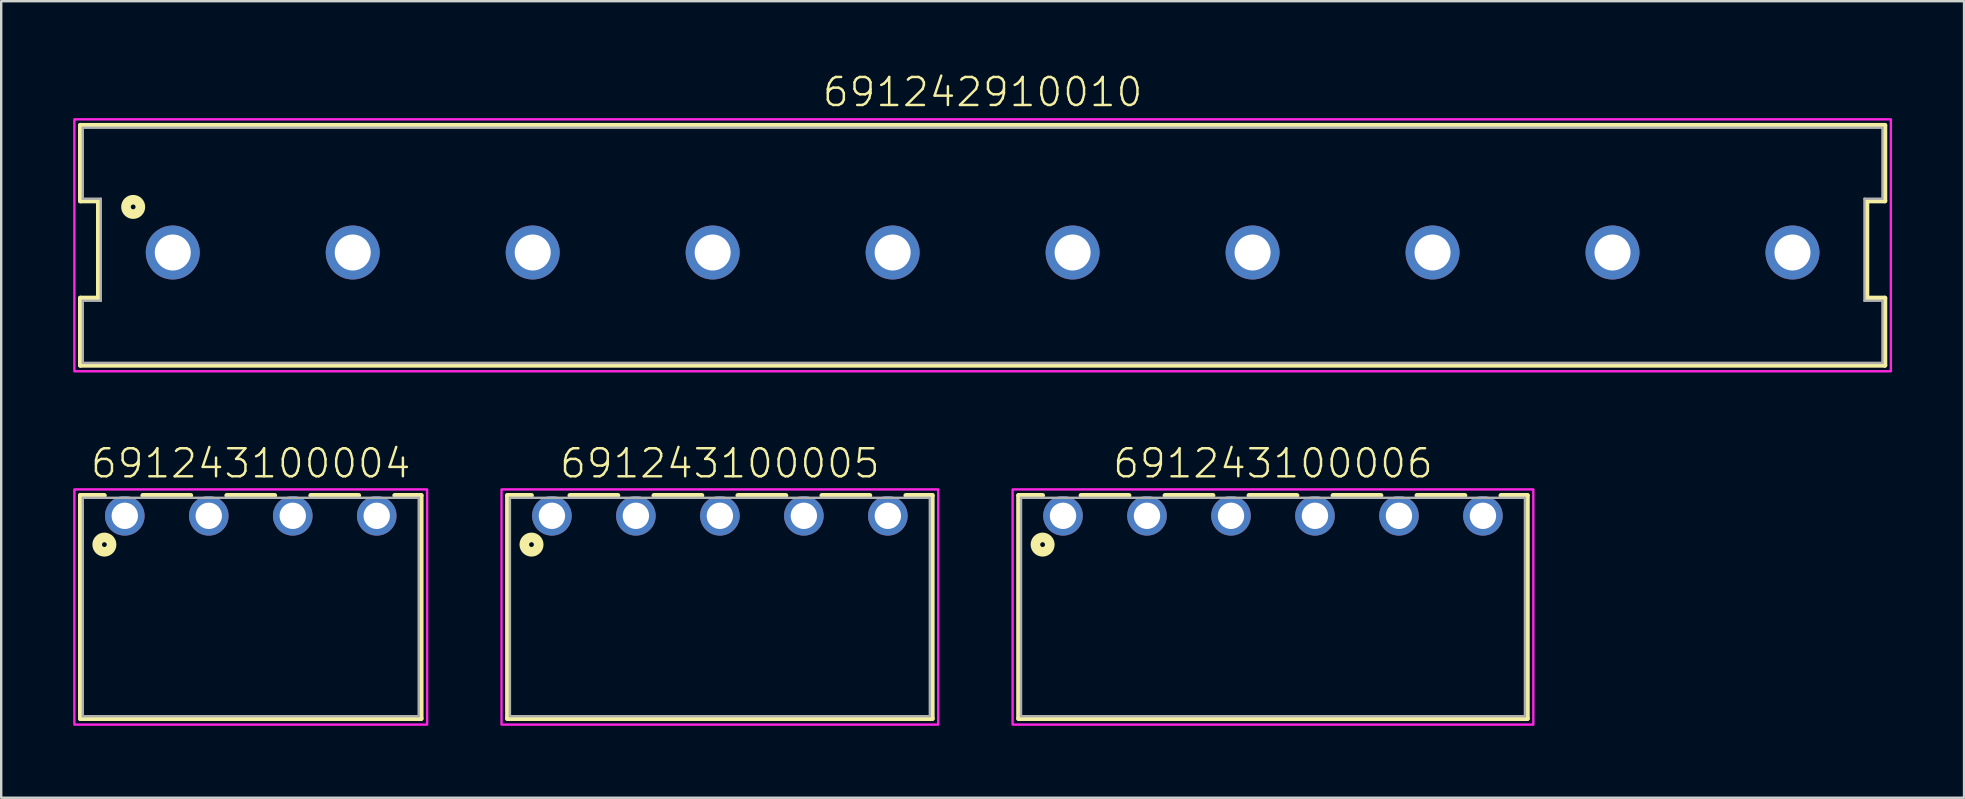
<source format=kicad_pcb>
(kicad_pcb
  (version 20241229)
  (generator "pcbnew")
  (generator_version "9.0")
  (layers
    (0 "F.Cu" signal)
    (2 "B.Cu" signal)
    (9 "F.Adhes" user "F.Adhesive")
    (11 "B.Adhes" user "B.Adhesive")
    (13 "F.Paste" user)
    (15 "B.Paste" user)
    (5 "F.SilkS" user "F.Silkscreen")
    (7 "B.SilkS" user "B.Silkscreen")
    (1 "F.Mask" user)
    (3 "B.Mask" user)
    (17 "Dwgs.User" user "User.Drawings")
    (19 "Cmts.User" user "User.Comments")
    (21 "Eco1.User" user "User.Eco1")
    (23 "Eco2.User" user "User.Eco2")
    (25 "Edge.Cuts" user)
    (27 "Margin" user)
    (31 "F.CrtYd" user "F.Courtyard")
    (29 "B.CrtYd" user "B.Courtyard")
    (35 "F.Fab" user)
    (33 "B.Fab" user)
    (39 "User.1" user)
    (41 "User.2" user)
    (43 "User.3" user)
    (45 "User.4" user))
  (footprint "691242910010"
    (layer "F.Cu")
    (at 37.9 7.473)
    (property "Reference" "691242910010" (at 0 -6 0) (unlocked yes) (layer "F.SilkS") (effects (font (size 1.168 1.168) (thickness 0.102)) (justify bottom)))
    (fp_line (start -37.6 -5.3) (end 37.6 -5.3) (stroke (width 0.2) (type solid)) (layer "F.SilkS"))
    (fp_line (start -37.6 -2.15) (end -37.6 -5.3) (stroke (width 0.2) (type solid)) (layer "F.SilkS"))
    (fp_line (start -37.6 1.9) (end -36.85 1.9) (stroke (width 0.2) (type solid)) (layer "F.SilkS"))
    (fp_line (start -37.6 4.7) (end -37.6 1.9) (stroke (width 0.2) (type solid)) (layer "F.SilkS"))
    (fp_line (start -36.85 -2.15) (end -37.6 -2.15) (stroke (width 0.2) (type solid)) (layer "F.SilkS"))
    (fp_line (start -36.85 1.9) (end -36.85 -2.15) (stroke (width 0.2) (type solid)) (layer "F.SilkS"))
    (fp_line (start 36.85 -2.15) (end 36.85 1.9) (stroke (width 0.2) (type solid)) (layer "F.SilkS"))
    (fp_line (start 36.85 1.9) (end 37.6 1.9) (stroke (width 0.2) (type solid)) (layer "F.SilkS"))
    (fp_line (start 37.6 -5.3) (end 37.6 -2.15) (stroke (width 0.2) (type solid)) (layer "F.SilkS"))
    (fp_line (start 37.6 -2.15) (end 36.85 -2.15) (stroke (width 0.2) (type solid)) (layer "F.SilkS"))
    (fp_line (start 37.6 1.9) (end 37.6 4.7) (stroke (width 0.2) (type solid)) (layer "F.SilkS"))
    (fp_line (start 37.6 4.7) (end -37.6 4.7) (stroke (width 0.2) (type solid)) (layer "F.SilkS"))
    (fp_circle (center -35.4 -1.9) (end -35.3 -1.9) (stroke (width 0.4) (type solid)) (fill no) (layer "F.SilkS"))
    (fp_poly (pts (xy 37.85 4.95) (xy -37.85 4.95) (xy -37.85 -5.55) (xy 37.85 -5.55)) (stroke (width 0.1) (type default)) (fill no) (layer "F.CrtYd"))
    (fp_line (start -37.5 -5.2) (end -37.5 -2.24) (stroke (width 0.1) (type solid)) (layer "F.Fab"))
    (fp_line (start -37.5 -5.2) (end 37.5 -5.2) (stroke (width 0.1) (type solid)) (layer "F.Fab"))
    (fp_line (start -37.5 -2.24) (end -36.75 -2.24) (stroke (width 0.1) (type solid)) (layer "F.Fab"))
    (fp_line (start -37.5 2.01) (end -37.5 4.6) (stroke (width 0.1) (type solid)) (layer "F.Fab"))
    (fp_line (start -37.5 4.6) (end 37.5 4.6) (stroke (width 0.1) (type solid)) (layer "F.Fab"))
    (fp_line (start -36.75 -2.24) (end -36.75 2.01) (stroke (width 0.1) (type solid)) (layer "F.Fab"))
    (fp_line (start -36.75 2.01) (end -37.5 2.01) (stroke (width 0.1) (type solid)) (layer "F.Fab"))
    (fp_line (start 36.75 -2.24) (end 36.75 2.01) (stroke (width 0.1) (type solid)) (layer "F.Fab"))
    (fp_line (start 36.75 2.01) (end 37.5 2.01) (stroke (width 0.1) (type solid)) (layer "F.Fab"))
    (fp_line (start 37.5 -5.2) (end 37.5 -2.24) (stroke (width 0.1) (type solid)) (layer "F.Fab"))
    (fp_line (start 37.5 -2.24) (end 36.75 -2.24) (stroke (width 0.1) (type solid)) (layer "F.Fab"))
    (fp_line (start 37.5 2.01) (end 37.5 4.6) (stroke (width 0.1) (type solid)) (layer "F.Fab"))
    (pad "1" thru_hole circle (at -33.75 0) (size 2.25 2.25) (drill 1.5) (layers "*.Cu" "*.Mask"))
    (pad "2" thru_hole circle (at -26.25 0) (size 2.25 2.25) (drill 1.5) (layers "*.Cu" "*.Mask"))
    (pad "3" thru_hole circle (at -18.75 0) (size 2.25 2.25) (drill 1.5) (layers "*.Cu" "*.Mask"))
    (pad "4" thru_hole circle (at -11.25 0) (size 2.25 2.25) (drill 1.5) (layers "*.Cu" "*.Mask"))
    (pad "5" thru_hole circle (at -3.75 0) (size 2.25 2.25) (drill 1.5) (layers "*.Cu" "*.Mask"))
    (pad "6" thru_hole circle (at 3.75 0) (size 2.25 2.25) (drill 1.5) (layers "*.Cu" "*.Mask"))
    (pad "7" thru_hole circle (at 11.25 0) (size 2.25 2.25) (drill 1.5) (layers "*.Cu" "*.Mask"))
    (pad "8" thru_hole circle (at 18.75 0) (size 2.25 2.25) (drill 1.5) (layers "*.Cu" "*.Mask"))
    (pad "9" thru_hole circle (at 26.25 0) (size 2.25 2.25) (drill 1.5) (layers "*.Cu" "*.Mask"))
    (pad "10" thru_hole circle (at 33.75 0) (size 2.25 2.25) (drill 1.5) (layers "*.Cu" "*.Mask")))
  (footprint "691243100006"
    (layer "F.Cu")
    (at 50 18.446)
    (property "Reference" "691243100006" (at 0 -1.5 0) (unlocked yes) (layer "F.SilkS") (effects (font (size 1.168 1.168) (thickness 0.102)) (justify bottom)))
    (fp_line (start -10.6 -0.85) (end -9.6 -0.85) (stroke (width 0.2) (type solid)) (layer "F.SilkS"))
    (fp_line (start -10.6 8.45) (end -10.6 -0.85) (stroke (width 0.2) (type solid)) (layer "F.SilkS"))
    (fp_line (start -8 -0.85) (end -6 -0.85) (stroke (width 0.2) (type solid)) (layer "F.SilkS"))
    (fp_line (start -4.5 -0.85) (end -2.5 -0.85) (stroke (width 0.2) (type solid)) (layer "F.SilkS"))
    (fp_line (start -1 -0.85) (end 1 -0.85) (stroke (width 0.2) (type solid)) (layer "F.SilkS"))
    (fp_line (start 2.5 -0.85) (end 4.5 -0.85) (stroke (width 0.2) (type solid)) (layer "F.SilkS"))
    (fp_line (start 6 -0.85) (end 8 -0.85) (stroke (width 0.2) (type solid)) (layer "F.SilkS"))
    (fp_line (start 10.6 -0.85) (end 9.5 -0.85) (stroke (width 0.2) (type solid)) (layer "F.SilkS"))
    (fp_line (start 10.6 -0.85) (end 10.6 8.45) (stroke (width 0.2) (type solid)) (layer "F.SilkS"))
    (fp_line (start 10.6 8.45) (end -10.6 8.45) (stroke (width 0.2) (type solid)) (layer "F.SilkS"))
    (fp_circle (center -9.6 1.2) (end -9.5 1.2) (stroke (width 0.4) (type solid)) (fill no) (layer "F.SilkS"))
    (fp_poly (pts (xy 10.85 8.7) (xy -10.85 8.7) (xy -10.85 -1.1) (xy 10.85 -1.1)) (stroke (width 0.1) (type default)) (fill no) (layer "F.CrtYd"))
    (fp_line (start -10.5 -0.75) (end 10.5 -0.75) (stroke (width 0.1) (type solid)) (layer "F.Fab"))
    (fp_line (start -10.5 8.35) (end -10.5 -0.75) (stroke (width 0.1) (type solid)) (layer "F.Fab"))
    (fp_line (start 10.5 -0.75) (end 10.5 8.35) (stroke (width 0.1) (type solid)) (layer "F.Fab"))
    (fp_line (start 10.5 8.35) (end -10.5 8.35) (stroke (width 0.1) (type solid)) (layer "F.Fab"))
    (pad "1" thru_hole circle (at -8.75 0) (size 1.65 1.65) (drill 1.1) (layers "*.Cu" "*.Mask"))
    (pad "2" thru_hole circle (at -5.25 0) (size 1.65 1.65) (drill 1.1) (layers "*.Cu" "*.Mask"))
    (pad "3" thru_hole circle (at -1.75 0) (size 1.65 1.65) (drill 1.1) (layers "*.Cu" "*.Mask"))
    (pad "4" thru_hole circle (at 1.75 0) (size 1.65 1.65) (drill 1.1) (layers "*.Cu" "*.Mask"))
    (pad "5" thru_hole circle (at 5.25 0) (size 1.65 1.65) (drill 1.1) (layers "*.Cu" "*.Mask"))
    (pad "6" thru_hole circle (at 8.75 0) (size 1.65 1.65) (drill 1.1) (layers "*.Cu" "*.Mask")))
  (footprint "691243100004"
    (layer "F.Cu")
    (at 7.4 18.446)
    (property "Reference" "691243100004" (at 0 -1.5 0) (unlocked yes) (layer "F.SilkS") (effects (font (size 1.168 1.168) (thickness 0.102)) (justify bottom)))
    (fp_line (start -7.1 -0.85) (end -6.1 -0.85) (stroke (width 0.2) (type solid)) (layer "F.SilkS"))
    (fp_line (start -7.1 8.45) (end -7.1 -0.85) (stroke (width 0.2) (type solid)) (layer "F.SilkS"))
    (fp_line (start -4.5 -0.85) (end -2.5 -0.85) (stroke (width 0.2) (type solid)) (layer "F.SilkS"))
    (fp_line (start -1 -0.85) (end 1 -0.85) (stroke (width 0.2) (type solid)) (layer "F.SilkS"))
    (fp_line (start 2.5 -0.85) (end 4.5 -0.85) (stroke (width 0.2) (type solid)) (layer "F.SilkS"))
    (fp_line (start 7.1 -0.85) (end 6 -0.85) (stroke (width 0.2) (type solid)) (layer "F.SilkS"))
    (fp_line (start 7.1 -0.85) (end 7.1 8.45) (stroke (width 0.2) (type solid)) (layer "F.SilkS"))
    (fp_line (start 7.1 8.45) (end -7.1 8.45) (stroke (width 0.2) (type solid)) (layer "F.SilkS"))
    (fp_circle (center -6.1 1.2) (end -6 1.2) (stroke (width 0.4) (type solid)) (fill no) (layer "F.SilkS"))
    (fp_poly (pts (xy 7.35 8.7) (xy -7.35 8.7) (xy -7.35 -1.1) (xy 7.35 -1.1)) (stroke (width 0.1) (type default)) (fill no) (layer "F.CrtYd"))
    (fp_line (start -7 -0.75) (end 7 -0.75) (stroke (width 0.1) (type solid)) (layer "F.Fab"))
    (fp_line (start -7 8.35) (end -7 -0.75) (stroke (width 0.1) (type solid)) (layer "F.Fab"))
    (fp_line (start 7 -0.75) (end 7 8.35) (stroke (width 0.1) (type solid)) (layer "F.Fab"))
    (fp_line (start 7 8.35) (end -7 8.35) (stroke (width 0.1) (type solid)) (layer "F.Fab"))
    (pad "1" thru_hole circle (at -5.25 0) (size 1.65 1.65) (drill 1.1) (layers "*.Cu" "*.Mask"))
    (pad "2" thru_hole circle (at -1.75 0) (size 1.65 1.65) (drill 1.1) (layers "*.Cu" "*.Mask"))
    (pad "3" thru_hole circle (at 1.75 0) (size 1.65 1.65) (drill 1.1) (layers "*.Cu" "*.Mask"))
    (pad "4" thru_hole circle (at 5.25 0) (size 1.65 1.65) (drill 1.1) (layers "*.Cu" "*.Mask")))
  (footprint "691243100005"
    (layer "F.Cu")
    (at 26.95 18.446)
    (property "Reference" "691243100005" (at 0 -1.5 0) (unlocked yes) (layer "F.SilkS") (effects (font (size 1.168 1.168) (thickness 0.102)) (justify bottom)))
    (fp_line (start -8.85 -0.85) (end -7.85 -0.85) (stroke (width 0.2) (type solid)) (layer "F.SilkS"))
    (fp_line (start -8.85 8.45) (end -8.85 -0.85) (stroke (width 0.2) (type solid)) (layer "F.SilkS"))
    (fp_line (start -6.25 -0.85) (end -4.25 -0.85) (stroke (width 0.2) (type solid)) (layer "F.SilkS"))
    (fp_line (start -2.75 -0.85) (end -0.75 -0.85) (stroke (width 0.2) (type solid)) (layer "F.SilkS"))
    (fp_line (start 0.75 -0.85) (end 2.75 -0.85) (stroke (width 0.2) (type solid)) (layer "F.SilkS"))
    (fp_line (start 4.25 -0.85) (end 6.25 -0.85) (stroke (width 0.2) (type solid)) (layer "F.SilkS"))
    (fp_line (start 8.85 -0.85) (end 7.75 -0.85) (stroke (width 0.2) (type solid)) (layer "F.SilkS"))
    (fp_line (start 8.85 -0.85) (end 8.85 8.45) (stroke (width 0.2) (type solid)) (layer "F.SilkS"))
    (fp_line (start 8.85 8.45) (end -8.85 8.45) (stroke (width 0.2) (type solid)) (layer "F.SilkS"))
    (fp_circle (center -7.85 1.2) (end -7.75 1.2) (stroke (width 0.4) (type solid)) (fill no) (layer "F.SilkS"))
    (fp_poly (pts (xy 9.1 8.7) (xy -9.1 8.7) (xy -9.1 -1.1) (xy 9.1 -1.1)) (stroke (width 0.1) (type default)) (fill no) (layer "F.CrtYd"))
    (fp_line (start -8.75 -0.75) (end 8.75 -0.75) (stroke (width 0.1) (type solid)) (layer "F.Fab"))
    (fp_line (start -8.75 8.35) (end -8.75 -0.75) (stroke (width 0.1) (type solid)) (layer "F.Fab"))
    (fp_line (start 8.75 -0.75) (end 8.75 8.35) (stroke (width 0.1) (type solid)) (layer "F.Fab"))
    (fp_line (start 8.75 8.35) (end -8.75 8.35) (stroke (width 0.1) (type solid)) (layer "F.Fab"))
    (pad "1" thru_hole circle (at -7 0) (size 1.65 1.65) (drill 1.1) (layers "*.Cu" "*.Mask"))
    (pad "2" thru_hole circle (at -3.5 0) (size 1.65 1.65) (drill 1.1) (layers "*.Cu" "*.Mask"))
    (pad "3" thru_hole circle (at 0 0) (size 1.65 1.65) (drill 1.1) (layers "*.Cu" "*.Mask"))
    (pad "4" thru_hole circle (at 3.5 0) (size 1.65 1.65) (drill 1.1) (layers "*.Cu" "*.Mask"))
    (pad "5" thru_hole circle (at 7 0) (size 1.65 1.65) (drill 1.1) (layers "*.Cu" "*.Mask")))
  (gr_rect
    (start -3 -3)
    (end 78.8 30.196)
    (stroke (width 0.1) (type default))
    (fill no)
    (layer "Edge.Cuts")))
</source>
